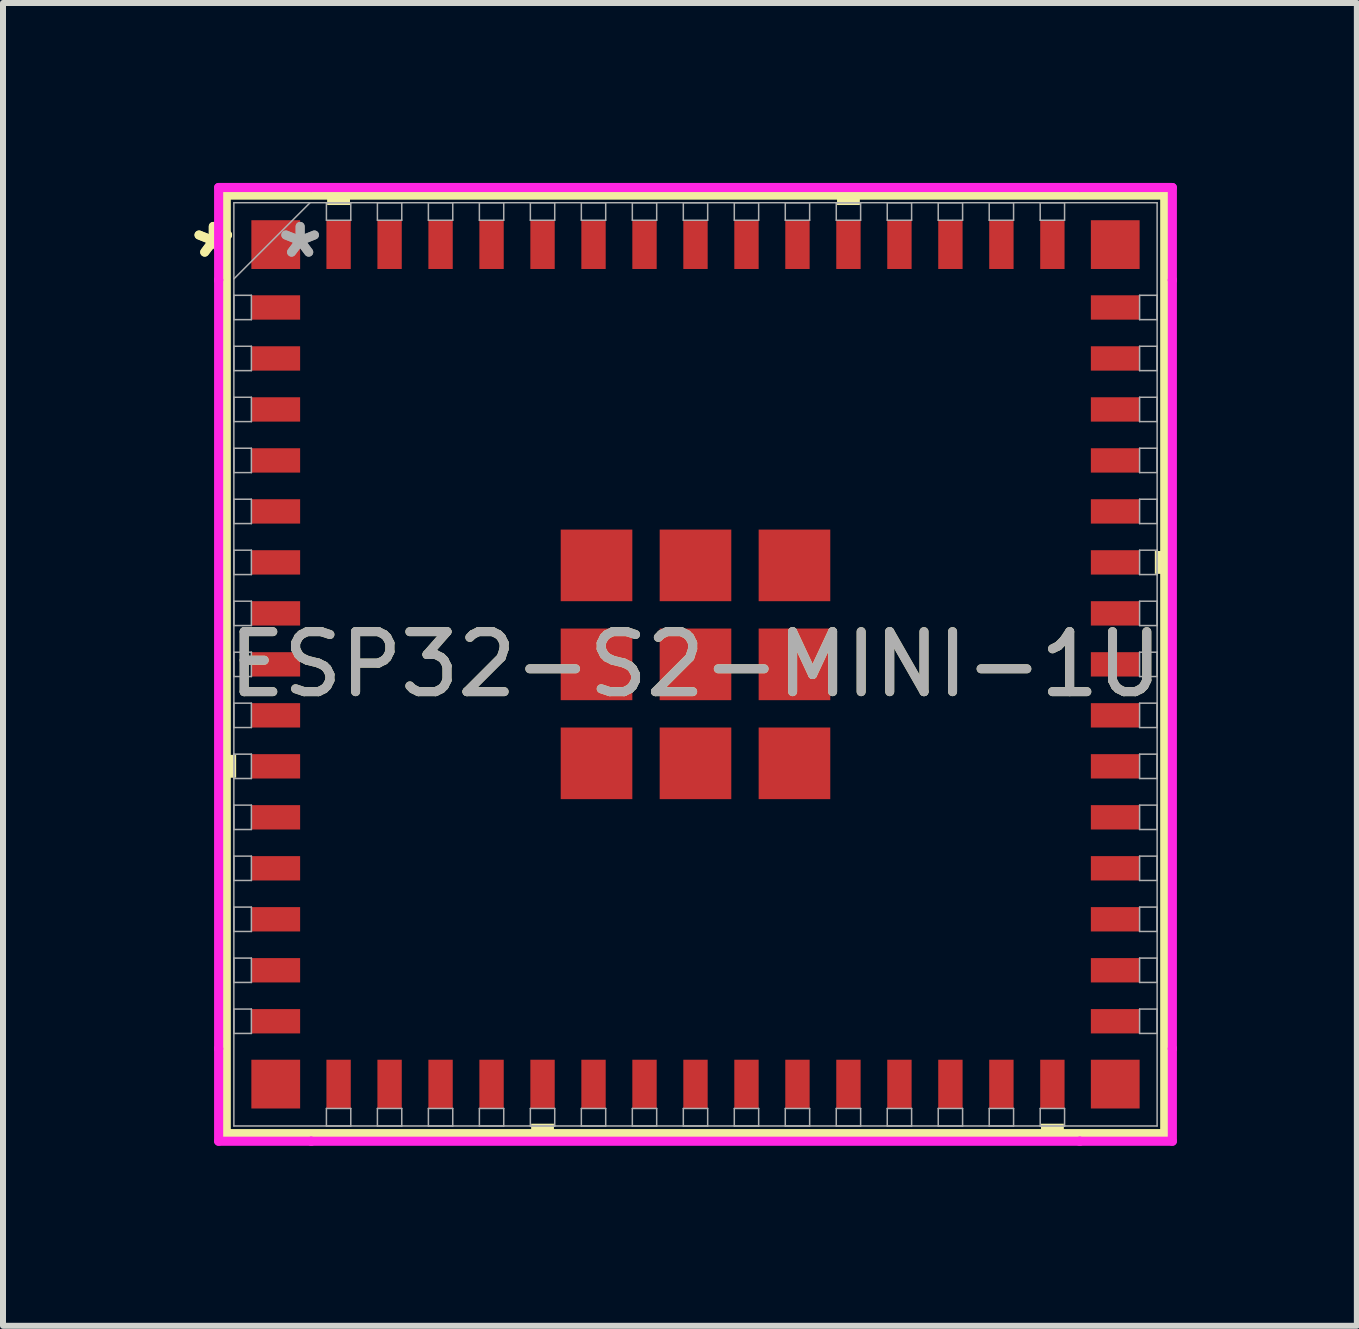
<source format=kicad_pcb>
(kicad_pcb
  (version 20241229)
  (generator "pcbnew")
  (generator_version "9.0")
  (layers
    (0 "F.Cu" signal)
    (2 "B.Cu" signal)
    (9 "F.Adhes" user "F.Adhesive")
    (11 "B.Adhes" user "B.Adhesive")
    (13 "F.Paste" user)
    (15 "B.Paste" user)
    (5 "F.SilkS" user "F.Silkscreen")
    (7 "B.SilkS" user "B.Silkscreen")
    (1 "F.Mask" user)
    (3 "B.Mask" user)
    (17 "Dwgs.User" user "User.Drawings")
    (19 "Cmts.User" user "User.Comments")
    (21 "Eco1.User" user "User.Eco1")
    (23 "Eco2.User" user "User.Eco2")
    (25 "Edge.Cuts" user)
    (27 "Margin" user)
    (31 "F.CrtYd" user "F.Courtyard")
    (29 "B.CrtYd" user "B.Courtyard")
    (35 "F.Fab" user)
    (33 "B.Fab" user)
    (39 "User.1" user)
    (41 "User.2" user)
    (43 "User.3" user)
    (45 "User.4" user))
  (footprint "ESP32-S2-MINI-1U"
    (layer "F.Cu")
    (at 8.545 8.026)
    (property "Reference" "ESP32-S2-MINI-1U" (at 0 0 0) (unlocked yes) (layer "F.SilkS") (effects (font (size 1 1) (thickness 0.15))))
    (attr smd)
    (fp_line (start -7.823 -7.823) (end -7.823 7.823) (stroke (width 0.152) (type solid)) (layer "F.SilkS"))
    (fp_line (start -7.823 7.823) (end 7.823 7.823) (stroke (width 0.152) (type solid)) (layer "F.SilkS"))
    (fp_line (start 7.823 -7.823) (end -7.823 -7.823) (stroke (width 0.152) (type solid)) (layer "F.SilkS"))
    (fp_line (start 7.823 7.823) (end 7.823 -7.823) (stroke (width 0.152) (type solid)) (layer "F.SilkS"))
    (fp_poly (pts (xy -7.912 1.509) (xy -7.912 1.89) (xy -7.658 1.89) (xy -7.658 1.509)) (stroke (width 0) (type solid)) (fill yes) (layer "F.SilkS"))
    (fp_poly (pts (xy -6.141 -7.658) (xy -6.141 -7.912) (xy -5.76 -7.912) (xy -5.76 -7.658)) (stroke (width 0) (type solid)) (fill yes) (layer "F.SilkS"))
    (fp_poly (pts (xy -2.74 7.658) (xy -2.74 7.912) (xy -2.36 7.912) (xy -2.36 7.658)) (stroke (width 0) (type solid)) (fill yes) (layer "F.SilkS"))
    (fp_poly (pts (xy 2.36 -7.658) (xy 2.36 -7.912) (xy 2.74 -7.912) (xy 2.74 -7.658)) (stroke (width 0) (type solid)) (fill yes) (layer "F.SilkS"))
    (fp_poly (pts (xy 5.76 7.658) (xy 5.76 7.912) (xy 6.141 7.912) (xy 6.141 7.658)) (stroke (width 0) (type solid)) (fill yes) (layer "F.SilkS"))
    (fp_poly (pts (xy 7.912 -1.89) (xy 7.912 -1.509) (xy 7.658 -1.509) (xy 7.658 -1.89)) (stroke (width 0) (type solid)) (fill yes) (layer "F.SilkS"))
    (fp_line (start -7.95 -7.95) (end -6.407 -7.95) (stroke (width 0.152) (type solid)) (layer "F.CrtYd"))
    (fp_line (start -7.95 -6.407) (end -7.95 -7.95) (stroke (width 0.152) (type solid)) (layer "F.CrtYd"))
    (fp_line (start -7.95 -6.407) (end -7.95 -6.407) (stroke (width 0.152) (type solid)) (layer "F.CrtYd"))
    (fp_line (start -7.95 6.407) (end -7.95 -6.407) (stroke (width 0.152) (type solid)) (layer "F.CrtYd"))
    (fp_line (start -7.95 6.407) (end -7.95 6.407) (stroke (width 0.152) (type solid)) (layer "F.CrtYd"))
    (fp_line (start -7.95 7.95) (end -7.95 6.407) (stroke (width 0.152) (type solid)) (layer "F.CrtYd"))
    (fp_line (start -6.407 -7.95) (end -6.407 -7.95) (stroke (width 0.152) (type solid)) (layer "F.CrtYd"))
    (fp_line (start -6.407 -7.95) (end 6.407 -7.95) (stroke (width 0.152) (type solid)) (layer "F.CrtYd"))
    (fp_line (start -6.407 7.95) (end -7.95 7.95) (stroke (width 0.152) (type solid)) (layer "F.CrtYd"))
    (fp_line (start -6.407 7.95) (end -6.407 7.95) (stroke (width 0.152) (type solid)) (layer "F.CrtYd"))
    (fp_line (start 6.407 -7.95) (end 6.407 -7.95) (stroke (width 0.152) (type solid)) (layer "F.CrtYd"))
    (fp_line (start 6.407 -7.95) (end 7.95 -7.95) (stroke (width 0.152) (type solid)) (layer "F.CrtYd"))
    (fp_line (start 6.407 7.95) (end -6.407 7.95) (stroke (width 0.152) (type solid)) (layer "F.CrtYd"))
    (fp_line (start 6.407 7.95) (end 6.407 7.95) (stroke (width 0.152) (type solid)) (layer "F.CrtYd"))
    (fp_line (start 7.95 -7.95) (end 7.95 -6.407) (stroke (width 0.152) (type solid)) (layer "F.CrtYd"))
    (fp_line (start 7.95 -6.407) (end 7.95 -6.407) (stroke (width 0.152) (type solid)) (layer "F.CrtYd"))
    (fp_line (start 7.95 -6.407) (end 7.95 6.407) (stroke (width 0.152) (type solid)) (layer "F.CrtYd"))
    (fp_line (start 7.95 6.407) (end 7.95 6.407) (stroke (width 0.152) (type solid)) (layer "F.CrtYd"))
    (fp_line (start 7.95 6.407) (end 7.95 7.95) (stroke (width 0.152) (type solid)) (layer "F.CrtYd"))
    (fp_line (start 7.95 7.95) (end 6.407 7.95) (stroke (width 0.152) (type solid)) (layer "F.CrtYd"))
    (fp_line (start -7.696 -7.696) (end -7.696 7.696) (stroke (width 0.025) (type solid)) (layer "F.Fab"))
    (fp_line (start -7.696 -6.426) (end -6.426 -7.696) (stroke (width 0.025) (type solid)) (layer "F.Fab"))
    (fp_line (start -7.696 -6.153) (end -7.404 -6.153) (stroke (width 0.025) (type solid)) (layer "F.Fab"))
    (fp_line (start -7.696 -5.747) (end -7.696 -6.153) (stroke (width 0.025) (type solid)) (layer "F.Fab"))
    (fp_line (start -7.696 -5.303) (end -7.404 -5.303) (stroke (width 0.025) (type solid)) (layer "F.Fab"))
    (fp_line (start -7.696 -4.897) (end -7.696 -5.303) (stroke (width 0.025) (type solid)) (layer "F.Fab"))
    (fp_line (start -7.696 -4.453) (end -7.404 -4.453) (stroke (width 0.025) (type solid)) (layer "F.Fab"))
    (fp_line (start -7.696 -4.047) (end -7.696 -4.453) (stroke (width 0.025) (type solid)) (layer "F.Fab"))
    (fp_line (start -7.696 -3.603) (end -7.404 -3.603) (stroke (width 0.025) (type solid)) (layer "F.Fab"))
    (fp_line (start -7.696 -3.197) (end -7.696 -3.603) (stroke (width 0.025) (type solid)) (layer "F.Fab"))
    (fp_line (start -7.696 -2.753) (end -7.404 -2.753) (stroke (width 0.025) (type solid)) (layer "F.Fab"))
    (fp_line (start -7.696 -2.347) (end -7.696 -2.753) (stroke (width 0.025) (type solid)) (layer "F.Fab"))
    (fp_line (start -7.696 -1.903) (end -7.404 -1.903) (stroke (width 0.025) (type solid)) (layer "F.Fab"))
    (fp_line (start -7.696 -1.497) (end -7.696 -1.903) (stroke (width 0.025) (type solid)) (layer "F.Fab"))
    (fp_line (start -7.696 -1.053) (end -7.404 -1.053) (stroke (width 0.025) (type solid)) (layer "F.Fab"))
    (fp_line (start -7.696 -0.647) (end -7.696 -1.053) (stroke (width 0.025) (type solid)) (layer "F.Fab"))
    (fp_line (start -7.696 -0.203) (end -7.404 -0.203) (stroke (width 0.025) (type solid)) (layer "F.Fab"))
    (fp_line (start -7.696 0.203) (end -7.696 -0.203) (stroke (width 0.025) (type solid)) (layer "F.Fab"))
    (fp_line (start -7.696 0.647) (end -7.404 0.647) (stroke (width 0.025) (type solid)) (layer "F.Fab"))
    (fp_line (start -7.696 1.053) (end -7.696 0.647) (stroke (width 0.025) (type solid)) (layer "F.Fab"))
    (fp_line (start -7.696 1.497) (end -7.404 1.497) (stroke (width 0.025) (type solid)) (layer "F.Fab"))
    (fp_line (start -7.696 1.903) (end -7.696 1.497) (stroke (width 0.025) (type solid)) (layer "F.Fab"))
    (fp_line (start -7.696 2.347) (end -7.404 2.347) (stroke (width 0.025) (type solid)) (layer "F.Fab"))
    (fp_line (start -7.696 2.753) (end -7.696 2.347) (stroke (width 0.025) (type solid)) (layer "F.Fab"))
    (fp_line (start -7.696 3.197) (end -7.404 3.197) (stroke (width 0.025) (type solid)) (layer "F.Fab"))
    (fp_line (start -7.696 3.603) (end -7.696 3.197) (stroke (width 0.025) (type solid)) (layer "F.Fab"))
    (fp_line (start -7.696 4.047) (end -7.404 4.047) (stroke (width 0.025) (type solid)) (layer "F.Fab"))
    (fp_line (start -7.696 4.453) (end -7.696 4.047) (stroke (width 0.025) (type solid)) (layer "F.Fab"))
    (fp_line (start -7.696 4.897) (end -7.404 4.897) (stroke (width 0.025) (type solid)) (layer "F.Fab"))
    (fp_line (start -7.696 5.303) (end -7.696 4.897) (stroke (width 0.025) (type solid)) (layer "F.Fab"))
    (fp_line (start -7.696 5.747) (end -7.404 5.747) (stroke (width 0.025) (type solid)) (layer "F.Fab"))
    (fp_line (start -7.696 6.153) (end -7.696 5.747) (stroke (width 0.025) (type solid)) (layer "F.Fab"))
    (fp_line (start -7.696 7.696) (end 7.696 7.696) (stroke (width 0.025) (type solid)) (layer "F.Fab"))
    (fp_line (start -7.404 -6.153) (end -7.404 -5.747) (stroke (width 0.025) (type solid)) (layer "F.Fab"))
    (fp_line (start -7.404 -5.747) (end -7.696 -5.747) (stroke (width 0.025) (type solid)) (layer "F.Fab"))
    (fp_line (start -7.404 -5.303) (end -7.404 -4.897) (stroke (width 0.025) (type solid)) (layer "F.Fab"))
    (fp_line (start -7.404 -4.897) (end -7.696 -4.897) (stroke (width 0.025) (type solid)) (layer "F.Fab"))
    (fp_line (start -7.404 -4.453) (end -7.404 -4.047) (stroke (width 0.025) (type solid)) (layer "F.Fab"))
    (fp_line (start -7.404 -4.047) (end -7.696 -4.047) (stroke (width 0.025) (type solid)) (layer "F.Fab"))
    (fp_line (start -7.404 -3.603) (end -7.404 -3.197) (stroke (width 0.025) (type solid)) (layer "F.Fab"))
    (fp_line (start -7.404 -3.197) (end -7.696 -3.197) (stroke (width 0.025) (type solid)) (layer "F.Fab"))
    (fp_line (start -7.404 -2.753) (end -7.404 -2.347) (stroke (width 0.025) (type solid)) (layer "F.Fab"))
    (fp_line (start -7.404 -2.347) (end -7.696 -2.347) (stroke (width 0.025) (type solid)) (layer "F.Fab"))
    (fp_line (start -7.404 -1.903) (end -7.404 -1.497) (stroke (width 0.025) (type solid)) (layer "F.Fab"))
    (fp_line (start -7.404 -1.497) (end -7.696 -1.497) (stroke (width 0.025) (type solid)) (layer "F.Fab"))
    (fp_line (start -7.404 -1.053) (end -7.404 -0.647) (stroke (width 0.025) (type solid)) (layer "F.Fab"))
    (fp_line (start -7.404 -0.647) (end -7.696 -0.647) (stroke (width 0.025) (type solid)) (layer "F.Fab"))
    (fp_line (start -7.404 -0.203) (end -7.404 0.203) (stroke (width 0.025) (type solid)) (layer "F.Fab"))
    (fp_line (start -7.404 0.203) (end -7.696 0.203) (stroke (width 0.025) (type solid)) (layer "F.Fab"))
    (fp_line (start -7.404 0.647) (end -7.404 1.053) (stroke (width 0.025) (type solid)) (layer "F.Fab"))
    (fp_line (start -7.404 1.053) (end -7.696 1.053) (stroke (width 0.025) (type solid)) (layer "F.Fab"))
    (fp_line (start -7.404 1.497) (end -7.404 1.903) (stroke (width 0.025) (type solid)) (layer "F.Fab"))
    (fp_line (start -7.404 1.903) (end -7.696 1.903) (stroke (width 0.025) (type solid)) (layer "F.Fab"))
    (fp_line (start -7.404 2.347) (end -7.404 2.753) (stroke (width 0.025) (type solid)) (layer "F.Fab"))
    (fp_line (start -7.404 2.753) (end -7.696 2.753) (stroke (width 0.025) (type solid)) (layer "F.Fab"))
    (fp_line (start -7.404 3.197) (end -7.404 3.603) (stroke (width 0.025) (type solid)) (layer "F.Fab"))
    (fp_line (start -7.404 3.603) (end -7.696 3.603) (stroke (width 0.025) (type solid)) (layer "F.Fab"))
    (fp_line (start -7.404 4.047) (end -7.404 4.453) (stroke (width 0.025) (type solid)) (layer "F.Fab"))
    (fp_line (start -7.404 4.453) (end -7.696 4.453) (stroke (width 0.025) (type solid)) (layer "F.Fab"))
    (fp_line (start -7.404 4.897) (end -7.404 5.303) (stroke (width 0.025) (type solid)) (layer "F.Fab"))
    (fp_line (start -7.404 5.303) (end -7.696 5.303) (stroke (width 0.025) (type solid)) (layer "F.Fab"))
    (fp_line (start -7.404 5.747) (end -7.404 6.153) (stroke (width 0.025) (type solid)) (layer "F.Fab"))
    (fp_line (start -7.404 6.153) (end -7.696 6.153) (stroke (width 0.025) (type solid)) (layer "F.Fab"))
    (fp_line (start -6.153 -7.696) (end -5.747 -7.696) (stroke (width 0.025) (type solid)) (layer "F.Fab"))
    (fp_line (start -6.153 -7.404) (end -6.153 -7.696) (stroke (width 0.025) (type solid)) (layer "F.Fab"))
    (fp_line (start -6.153 7.404) (end -5.747 7.404) (stroke (width 0.025) (type solid)) (layer "F.Fab"))
    (fp_line (start -6.153 7.696) (end -6.153 7.404) (stroke (width 0.025) (type solid)) (layer "F.Fab"))
    (fp_line (start -5.747 -7.696) (end -5.747 -7.404) (stroke (width 0.025) (type solid)) (layer "F.Fab"))
    (fp_line (start -5.747 -7.404) (end -6.153 -7.404) (stroke (width 0.025) (type solid)) (layer "F.Fab"))
    (fp_line (start -5.747 7.404) (end -5.747 7.696) (stroke (width 0.025) (type solid)) (layer "F.Fab"))
    (fp_line (start -5.747 7.696) (end -6.153 7.696) (stroke (width 0.025) (type solid)) (layer "F.Fab"))
    (fp_line (start -5.303 -7.696) (end -4.897 -7.696) (stroke (width 0.025) (type solid)) (layer "F.Fab"))
    (fp_line (start -5.303 -7.404) (end -5.303 -7.696) (stroke (width 0.025) (type solid)) (layer "F.Fab"))
    (fp_line (start -5.303 7.404) (end -4.897 7.404) (stroke (width 0.025) (type solid)) (layer "F.Fab"))
    (fp_line (start -5.303 7.696) (end -5.303 7.404) (stroke (width 0.025) (type solid)) (layer "F.Fab"))
    (fp_line (start -4.897 -7.696) (end -4.897 -7.404) (stroke (width 0.025) (type solid)) (layer "F.Fab"))
    (fp_line (start -4.897 -7.404) (end -5.303 -7.404) (stroke (width 0.025) (type solid)) (layer "F.Fab"))
    (fp_line (start -4.897 7.404) (end -4.897 7.696) (stroke (width 0.025) (type solid)) (layer "F.Fab"))
    (fp_line (start -4.897 7.696) (end -5.303 7.696) (stroke (width 0.025) (type solid)) (layer "F.Fab"))
    (fp_line (start -4.453 -7.696) (end -4.047 -7.696) (stroke (width 0.025) (type solid)) (layer "F.Fab"))
    (fp_line (start -4.453 -7.404) (end -4.453 -7.696) (stroke (width 0.025) (type solid)) (layer "F.Fab"))
    (fp_line (start -4.453 7.404) (end -4.047 7.404) (stroke (width 0.025) (type solid)) (layer "F.Fab"))
    (fp_line (start -4.453 7.696) (end -4.453 7.404) (stroke (width 0.025) (type solid)) (layer "F.Fab"))
    (fp_line (start -4.047 -7.696) (end -4.047 -7.404) (stroke (width 0.025) (type solid)) (layer "F.Fab"))
    (fp_line (start -4.047 -7.404) (end -4.453 -7.404) (stroke (width 0.025) (type solid)) (layer "F.Fab"))
    (fp_line (start -4.047 7.404) (end -4.047 7.696) (stroke (width 0.025) (type solid)) (layer "F.Fab"))
    (fp_line (start -4.047 7.696) (end -4.453 7.696) (stroke (width 0.025) (type solid)) (layer "F.Fab"))
    (fp_line (start -3.603 -7.696) (end -3.197 -7.696) (stroke (width 0.025) (type solid)) (layer "F.Fab"))
    (fp_line (start -3.603 -7.404) (end -3.603 -7.696) (stroke (width 0.025) (type solid)) (layer "F.Fab"))
    (fp_line (start -3.603 7.404) (end -3.197 7.404) (stroke (width 0.025) (type solid)) (layer "F.Fab"))
    (fp_line (start -3.603 7.696) (end -3.603 7.404) (stroke (width 0.025) (type solid)) (layer "F.Fab"))
    (fp_line (start -3.197 -7.696) (end -3.197 -7.404) (stroke (width 0.025) (type solid)) (layer "F.Fab"))
    (fp_line (start -3.197 -7.404) (end -3.603 -7.404) (stroke (width 0.025) (type solid)) (layer "F.Fab"))
    (fp_line (start -3.197 7.404) (end -3.197 7.696) (stroke (width 0.025) (type solid)) (layer "F.Fab"))
    (fp_line (start -3.197 7.696) (end -3.603 7.696) (stroke (width 0.025) (type solid)) (layer "F.Fab"))
    (fp_line (start -2.753 -7.696) (end -2.347 -7.696) (stroke (width 0.025) (type solid)) (layer "F.Fab"))
    (fp_line (start -2.753 -7.404) (end -2.753 -7.696) (stroke (width 0.025) (type solid)) (layer "F.Fab"))
    (fp_line (start -2.753 7.404) (end -2.347 7.404) (stroke (width 0.025) (type solid)) (layer "F.Fab"))
    (fp_line (start -2.753 7.696) (end -2.753 7.404) (stroke (width 0.025) (type solid)) (layer "F.Fab"))
    (fp_line (start -2.347 -7.696) (end -2.347 -7.404) (stroke (width 0.025) (type solid)) (layer "F.Fab"))
    (fp_line (start -2.347 -7.404) (end -2.753 -7.404) (stroke (width 0.025) (type solid)) (layer "F.Fab"))
    (fp_line (start -2.347 7.404) (end -2.347 7.696) (stroke (width 0.025) (type solid)) (layer "F.Fab"))
    (fp_line (start -2.347 7.696) (end -2.753 7.696) (stroke (width 0.025) (type solid)) (layer "F.Fab"))
    (fp_line (start -1.903 -7.696) (end -1.497 -7.696) (stroke (width 0.025) (type solid)) (layer "F.Fab"))
    (fp_line (start -1.903 -7.404) (end -1.903 -7.696) (stroke (width 0.025) (type solid)) (layer "F.Fab"))
    (fp_line (start -1.903 7.404) (end -1.497 7.404) (stroke (width 0.025) (type solid)) (layer "F.Fab"))
    (fp_line (start -1.903 7.696) (end -1.903 7.404) (stroke (width 0.025) (type solid)) (layer "F.Fab"))
    (fp_line (start -1.497 -7.696) (end -1.497 -7.404) (stroke (width 0.025) (type solid)) (layer "F.Fab"))
    (fp_line (start -1.497 -7.404) (end -1.903 -7.404) (stroke (width 0.025) (type solid)) (layer "F.Fab"))
    (fp_line (start -1.497 7.404) (end -1.497 7.696) (stroke (width 0.025) (type solid)) (layer "F.Fab"))
    (fp_line (start -1.497 7.696) (end -1.903 7.696) (stroke (width 0.025) (type solid)) (layer "F.Fab"))
    (fp_line (start -1.053 -7.696) (end -0.647 -7.696) (stroke (width 0.025) (type solid)) (layer "F.Fab"))
    (fp_line (start -1.053 -7.404) (end -1.053 -7.696) (stroke (width 0.025) (type solid)) (layer "F.Fab"))
    (fp_line (start -1.053 7.404) (end -0.647 7.404) (stroke (width 0.025) (type solid)) (layer "F.Fab"))
    (fp_line (start -1.053 7.696) (end -1.053 7.404) (stroke (width 0.025) (type solid)) (layer "F.Fab"))
    (fp_line (start -0.647 -7.696) (end -0.647 -7.404) (stroke (width 0.025) (type solid)) (layer "F.Fab"))
    (fp_line (start -0.647 -7.404) (end -1.053 -7.404) (stroke (width 0.025) (type solid)) (layer "F.Fab"))
    (fp_line (start -0.647 7.404) (end -0.647 7.696) (stroke (width 0.025) (type solid)) (layer "F.Fab"))
    (fp_line (start -0.647 7.696) (end -1.053 7.696) (stroke (width 0.025) (type solid)) (layer "F.Fab"))
    (fp_line (start -0.203 -7.696) (end 0.203 -7.696) (stroke (width 0.025) (type solid)) (layer "F.Fab"))
    (fp_line (start -0.203 -7.404) (end -0.203 -7.696) (stroke (width 0.025) (type solid)) (layer "F.Fab"))
    (fp_line (start -0.203 7.404) (end 0.203 7.404) (stroke (width 0.025) (type solid)) (layer "F.Fab"))
    (fp_line (start -0.203 7.696) (end -0.203 7.404) (stroke (width 0.025) (type solid)) (layer "F.Fab"))
    (fp_line (start 0.203 -7.696) (end 0.203 -7.404) (stroke (width 0.025) (type solid)) (layer "F.Fab"))
    (fp_line (start 0.203 -7.404) (end -0.203 -7.404) (stroke (width 0.025) (type solid)) (layer "F.Fab"))
    (fp_line (start 0.203 7.404) (end 0.203 7.696) (stroke (width 0.025) (type solid)) (layer "F.Fab"))
    (fp_line (start 0.203 7.696) (end -0.203 7.696) (stroke (width 0.025) (type solid)) (layer "F.Fab"))
    (fp_line (start 0.647 -7.696) (end 1.053 -7.696) (stroke (width 0.025) (type solid)) (layer "F.Fab"))
    (fp_line (start 0.647 -7.404) (end 0.647 -7.696) (stroke (width 0.025) (type solid)) (layer "F.Fab"))
    (fp_line (start 0.647 7.404) (end 1.053 7.404) (stroke (width 0.025) (type solid)) (layer "F.Fab"))
    (fp_line (start 0.647 7.696) (end 0.647 7.404) (stroke (width 0.025) (type solid)) (layer "F.Fab"))
    (fp_line (start 1.053 -7.696) (end 1.053 -7.404) (stroke (width 0.025) (type solid)) (layer "F.Fab"))
    (fp_line (start 1.053 -7.404) (end 0.647 -7.404) (stroke (width 0.025) (type solid)) (layer "F.Fab"))
    (fp_line (start 1.053 7.404) (end 1.053 7.696) (stroke (width 0.025) (type solid)) (layer "F.Fab"))
    (fp_line (start 1.053 7.696) (end 0.647 7.696) (stroke (width 0.025) (type solid)) (layer "F.Fab"))
    (fp_line (start 1.497 -7.696) (end 1.903 -7.696) (stroke (width 0.025) (type solid)) (layer "F.Fab"))
    (fp_line (start 1.497 -7.404) (end 1.497 -7.696) (stroke (width 0.025) (type solid)) (layer "F.Fab"))
    (fp_line (start 1.497 7.404) (end 1.903 7.404) (stroke (width 0.025) (type solid)) (layer "F.Fab"))
    (fp_line (start 1.497 7.696) (end 1.497 7.404) (stroke (width 0.025) (type solid)) (layer "F.Fab"))
    (fp_line (start 1.903 -7.696) (end 1.903 -7.404) (stroke (width 0.025) (type solid)) (layer "F.Fab"))
    (fp_line (start 1.903 -7.404) (end 1.497 -7.404) (stroke (width 0.025) (type solid)) (layer "F.Fab"))
    (fp_line (start 1.903 7.404) (end 1.903 7.696) (stroke (width 0.025) (type solid)) (layer "F.Fab"))
    (fp_line (start 1.903 7.696) (end 1.497 7.696) (stroke (width 0.025) (type solid)) (layer "F.Fab"))
    (fp_line (start 2.347 -7.696) (end 2.753 -7.696) (stroke (width 0.025) (type solid)) (layer "F.Fab"))
    (fp_line (start 2.347 -7.404) (end 2.347 -7.696) (stroke (width 0.025) (type solid)) (layer "F.Fab"))
    (fp_line (start 2.347 7.404) (end 2.753 7.404) (stroke (width 0.025) (type solid)) (layer "F.Fab"))
    (fp_line (start 2.347 7.696) (end 2.347 7.404) (stroke (width 0.025) (type solid)) (layer "F.Fab"))
    (fp_line (start 2.753 -7.696) (end 2.753 -7.404) (stroke (width 0.025) (type solid)) (layer "F.Fab"))
    (fp_line (start 2.753 -7.404) (end 2.347 -7.404) (stroke (width 0.025) (type solid)) (layer "F.Fab"))
    (fp_line (start 2.753 7.404) (end 2.753 7.696) (stroke (width 0.025) (type solid)) (layer "F.Fab"))
    (fp_line (start 2.753 7.696) (end 2.347 7.696) (stroke (width 0.025) (type solid)) (layer "F.Fab"))
    (fp_line (start 3.197 -7.696) (end 3.603 -7.696) (stroke (width 0.025) (type solid)) (layer "F.Fab"))
    (fp_line (start 3.197 -7.404) (end 3.197 -7.696) (stroke (width 0.025) (type solid)) (layer "F.Fab"))
    (fp_line (start 3.197 7.404) (end 3.603 7.404) (stroke (width 0.025) (type solid)) (layer "F.Fab"))
    (fp_line (start 3.197 7.696) (end 3.197 7.404) (stroke (width 0.025) (type solid)) (layer "F.Fab"))
    (fp_line (start 3.603 -7.696) (end 3.603 -7.404) (stroke (width 0.025) (type solid)) (layer "F.Fab"))
    (fp_line (start 3.603 -7.404) (end 3.197 -7.404) (stroke (width 0.025) (type solid)) (layer "F.Fab"))
    (fp_line (start 3.603 7.404) (end 3.603 7.696) (stroke (width 0.025) (type solid)) (layer "F.Fab"))
    (fp_line (start 3.603 7.696) (end 3.197 7.696) (stroke (width 0.025) (type solid)) (layer "F.Fab"))
    (fp_line (start 4.047 -7.696) (end 4.453 -7.696) (stroke (width 0.025) (type solid)) (layer "F.Fab"))
    (fp_line (start 4.047 -7.404) (end 4.047 -7.696) (stroke (width 0.025) (type solid)) (layer "F.Fab"))
    (fp_line (start 4.047 7.404) (end 4.453 7.404) (stroke (width 0.025) (type solid)) (layer "F.Fab"))
    (fp_line (start 4.047 7.696) (end 4.047 7.404) (stroke (width 0.025) (type solid)) (layer "F.Fab"))
    (fp_line (start 4.453 -7.696) (end 4.453 -7.404) (stroke (width 0.025) (type solid)) (layer "F.Fab"))
    (fp_line (start 4.453 -7.404) (end 4.047 -7.404) (stroke (width 0.025) (type solid)) (layer "F.Fab"))
    (fp_line (start 4.453 7.404) (end 4.453 7.696) (stroke (width 0.025) (type solid)) (layer "F.Fab"))
    (fp_line (start 4.453 7.696) (end 4.047 7.696) (stroke (width 0.025) (type solid)) (layer "F.Fab"))
    (fp_line (start 4.897 -7.696) (end 5.303 -7.696) (stroke (width 0.025) (type solid)) (layer "F.Fab"))
    (fp_line (start 4.897 -7.404) (end 4.897 -7.696) (stroke (width 0.025) (type solid)) (layer "F.Fab"))
    (fp_line (start 4.897 7.404) (end 5.303 7.404) (stroke (width 0.025) (type solid)) (layer "F.Fab"))
    (fp_line (start 4.897 7.696) (end 4.897 7.404) (stroke (width 0.025) (type solid)) (layer "F.Fab"))
    (fp_line (start 5.303 -7.696) (end 5.303 -7.404) (stroke (width 0.025) (type solid)) (layer "F.Fab"))
    (fp_line (start 5.303 -7.404) (end 4.897 -7.404) (stroke (width 0.025) (type solid)) (layer "F.Fab"))
    (fp_line (start 5.303 7.404) (end 5.303 7.696) (stroke (width 0.025) (type solid)) (layer "F.Fab"))
    (fp_line (start 5.303 7.696) (end 4.897 7.696) (stroke (width 0.025) (type solid)) (layer "F.Fab"))
    (fp_line (start 5.747 -7.696) (end 6.153 -7.696) (stroke (width 0.025) (type solid)) (layer "F.Fab"))
    (fp_line (start 5.747 -7.404) (end 5.747 -7.696) (stroke (width 0.025) (type solid)) (layer "F.Fab"))
    (fp_line (start 5.747 7.404) (end 6.153 7.404) (stroke (width 0.025) (type solid)) (layer "F.Fab"))
    (fp_line (start 5.747 7.696) (end 5.747 7.404) (stroke (width 0.025) (type solid)) (layer "F.Fab"))
    (fp_line (start 6.153 -7.696) (end 6.153 -7.404) (stroke (width 0.025) (type solid)) (layer "F.Fab"))
    (fp_line (start 6.153 -7.404) (end 5.747 -7.404) (stroke (width 0.025) (type solid)) (layer "F.Fab"))
    (fp_line (start 6.153 7.404) (end 6.153 7.696) (stroke (width 0.025) (type solid)) (layer "F.Fab"))
    (fp_line (start 6.153 7.696) (end 5.747 7.696) (stroke (width 0.025) (type solid)) (layer "F.Fab"))
    (fp_line (start 7.404 -6.153) (end 7.696 -6.153) (stroke (width 0.025) (type solid)) (layer "F.Fab"))
    (fp_line (start 7.404 -5.747) (end 7.404 -6.153) (stroke (width 0.025) (type solid)) (layer "F.Fab"))
    (fp_line (start 7.404 -5.303) (end 7.696 -5.303) (stroke (width 0.025) (type solid)) (layer "F.Fab"))
    (fp_line (start 7.404 -4.897) (end 7.404 -5.303) (stroke (width 0.025) (type solid)) (layer "F.Fab"))
    (fp_line (start 7.404 -4.453) (end 7.696 -4.453) (stroke (width 0.025) (type solid)) (layer "F.Fab"))
    (fp_line (start 7.404 -4.047) (end 7.404 -4.453) (stroke (width 0.025) (type solid)) (layer "F.Fab"))
    (fp_line (start 7.404 -3.603) (end 7.696 -3.603) (stroke (width 0.025) (type solid)) (layer "F.Fab"))
    (fp_line (start 7.404 -3.197) (end 7.404 -3.603) (stroke (width 0.025) (type solid)) (layer "F.Fab"))
    (fp_line (start 7.404 -2.753) (end 7.696 -2.753) (stroke (width 0.025) (type solid)) (layer "F.Fab"))
    (fp_line (start 7.404 -2.347) (end 7.404 -2.753) (stroke (width 0.025) (type solid)) (layer "F.Fab"))
    (fp_line (start 7.404 -1.903) (end 7.696 -1.903) (stroke (width 0.025) (type solid)) (layer "F.Fab"))
    (fp_line (start 7.404 -1.497) (end 7.404 -1.903) (stroke (width 0.025) (type solid)) (layer "F.Fab"))
    (fp_line (start 7.404 -1.053) (end 7.696 -1.053) (stroke (width 0.025) (type solid)) (layer "F.Fab"))
    (fp_line (start 7.404 -0.647) (end 7.404 -1.053) (stroke (width 0.025) (type solid)) (layer "F.Fab"))
    (fp_line (start 7.404 -0.203) (end 7.696 -0.203) (stroke (width 0.025) (type solid)) (layer "F.Fab"))
    (fp_line (start 7.404 0.203) (end 7.404 -0.203) (stroke (width 0.025) (type solid)) (layer "F.Fab"))
    (fp_line (start 7.404 0.647) (end 7.696 0.647) (stroke (width 0.025) (type solid)) (layer "F.Fab"))
    (fp_line (start 7.404 1.053) (end 7.404 0.647) (stroke (width 0.025) (type solid)) (layer "F.Fab"))
    (fp_line (start 7.404 1.497) (end 7.696 1.497) (stroke (width 0.025) (type solid)) (layer "F.Fab"))
    (fp_line (start 7.404 1.903) (end 7.404 1.497) (stroke (width 0.025) (type solid)) (layer "F.Fab"))
    (fp_line (start 7.404 2.347) (end 7.696 2.347) (stroke (width 0.025) (type solid)) (layer "F.Fab"))
    (fp_line (start 7.404 2.753) (end 7.404 2.347) (stroke (width 0.025) (type solid)) (layer "F.Fab"))
    (fp_line (start 7.404 3.197) (end 7.696 3.197) (stroke (width 0.025) (type solid)) (layer "F.Fab"))
    (fp_line (start 7.404 3.603) (end 7.404 3.197) (stroke (width 0.025) (type solid)) (layer "F.Fab"))
    (fp_line (start 7.404 4.047) (end 7.696 4.047) (stroke (width 0.025) (type solid)) (layer "F.Fab"))
    (fp_line (start 7.404 4.453) (end 7.404 4.047) (stroke (width 0.025) (type solid)) (layer "F.Fab"))
    (fp_line (start 7.404 4.897) (end 7.696 4.897) (stroke (width 0.025) (type solid)) (layer "F.Fab"))
    (fp_line (start 7.404 5.303) (end 7.404 4.897) (stroke (width 0.025) (type solid)) (layer "F.Fab"))
    (fp_line (start 7.404 5.747) (end 7.696 5.747) (stroke (width 0.025) (type solid)) (layer "F.Fab"))
    (fp_line (start 7.404 6.153) (end 7.404 5.747) (stroke (width 0.025) (type solid)) (layer "F.Fab"))
    (fp_line (start 7.696 -7.696) (end -7.696 -7.696) (stroke (width 0.025) (type solid)) (layer "F.Fab"))
    (fp_line (start 7.696 -6.153) (end 7.696 -5.747) (stroke (width 0.025) (type solid)) (layer "F.Fab"))
    (fp_line (start 7.696 -5.747) (end 7.404 -5.747) (stroke (width 0.025) (type solid)) (layer "F.Fab"))
    (fp_line (start 7.696 -5.303) (end 7.696 -4.897) (stroke (width 0.025) (type solid)) (layer "F.Fab"))
    (fp_line (start 7.696 -4.897) (end 7.404 -4.897) (stroke (width 0.025) (type solid)) (layer "F.Fab"))
    (fp_line (start 7.696 -4.453) (end 7.696 -4.047) (stroke (width 0.025) (type solid)) (layer "F.Fab"))
    (fp_line (start 7.696 -4.047) (end 7.404 -4.047) (stroke (width 0.025) (type solid)) (layer "F.Fab"))
    (fp_line (start 7.696 -3.603) (end 7.696 -3.197) (stroke (width 0.025) (type solid)) (layer "F.Fab"))
    (fp_line (start 7.696 -3.197) (end 7.404 -3.197) (stroke (width 0.025) (type solid)) (layer "F.Fab"))
    (fp_line (start 7.696 -2.753) (end 7.696 -2.347) (stroke (width 0.025) (type solid)) (layer "F.Fab"))
    (fp_line (start 7.696 -2.347) (end 7.404 -2.347) (stroke (width 0.025) (type solid)) (layer "F.Fab"))
    (fp_line (start 7.696 -1.903) (end 7.696 -1.497) (stroke (width 0.025) (type solid)) (layer "F.Fab"))
    (fp_line (start 7.696 -1.497) (end 7.404 -1.497) (stroke (width 0.025) (type solid)) (layer "F.Fab"))
    (fp_line (start 7.696 -1.053) (end 7.696 -0.647) (stroke (width 0.025) (type solid)) (layer "F.Fab"))
    (fp_line (start 7.696 -0.647) (end 7.404 -0.647) (stroke (width 0.025) (type solid)) (layer "F.Fab"))
    (fp_line (start 7.696 -0.203) (end 7.696 0.203) (stroke (width 0.025) (type solid)) (layer "F.Fab"))
    (fp_line (start 7.696 0.203) (end 7.404 0.203) (stroke (width 0.025) (type solid)) (layer "F.Fab"))
    (fp_line (start 7.696 0.647) (end 7.696 1.053) (stroke (width 0.025) (type solid)) (layer "F.Fab"))
    (fp_line (start 7.696 1.053) (end 7.404 1.053) (stroke (width 0.025) (type solid)) (layer "F.Fab"))
    (fp_line (start 7.696 1.497) (end 7.696 1.903) (stroke (width 0.025) (type solid)) (layer "F.Fab"))
    (fp_line (start 7.696 1.903) (end 7.404 1.903) (stroke (width 0.025) (type solid)) (layer "F.Fab"))
    (fp_line (start 7.696 2.347) (end 7.696 2.753) (stroke (width 0.025) (type solid)) (layer "F.Fab"))
    (fp_line (start 7.696 2.753) (end 7.404 2.753) (stroke (width 0.025) (type solid)) (layer "F.Fab"))
    (fp_line (start 7.696 3.197) (end 7.696 3.603) (stroke (width 0.025) (type solid)) (layer "F.Fab"))
    (fp_line (start 7.696 3.603) (end 7.404 3.603) (stroke (width 0.025) (type solid)) (layer "F.Fab"))
    (fp_line (start 7.696 4.047) (end 7.696 4.453) (stroke (width 0.025) (type solid)) (layer "F.Fab"))
    (fp_line (start 7.696 4.453) (end 7.404 4.453) (stroke (width 0.025) (type solid)) (layer "F.Fab"))
    (fp_line (start 7.696 4.897) (end 7.696 5.303) (stroke (width 0.025) (type solid)) (layer "F.Fab"))
    (fp_line (start 7.696 5.303) (end 7.404 5.303) (stroke (width 0.025) (type solid)) (layer "F.Fab"))
    (fp_line (start 7.696 5.747) (end 7.696 6.153) (stroke (width 0.025) (type solid)) (layer "F.Fab"))
    (fp_line (start 7.696 6.153) (end 7.404 6.153) (stroke (width 0.025) (type solid)) (layer "F.Fab"))
    (fp_line (start 7.696 7.696) (end 7.696 -7.696) (stroke (width 0.025) (type solid)) (layer "F.Fab"))
    (fp_text user "*" (at -8.039 -6.756 0) (layer "F.SilkS") (effects (font (size 1 1) (thickness 0.15))))
    (fp_text user "*" (at -8.039 -6.756 0) (unlocked yes) (layer "F.SilkS") (effects (font (size 1 1) (thickness 0.15))))
    (fp_text user "*" (at -6.591 -6.756 0) (unlocked yes) (layer "F.Fab") (effects (font (size 1 1) (thickness 0.15))))
    (fp_text user "${REFERENCE}" (at 0 0 0) (unlocked yes) (layer "F.Fab") (effects (font (size 1 1) (thickness 0.15))))
    (fp_text user "*" (at -6.591 -6.756 0) (layer "F.Fab") (effects (font (size 1 1) (thickness 0.15))))
    (pad "1" smd rect (at -6.998 -5.95 90) (size 0.406 0.813) (layers "F.Cu" "F.Mask" "F.Paste"))
    (pad "2" smd rect (at -6.998 -5.1 90) (size 0.406 0.813) (layers "F.Cu" "F.Mask" "F.Paste"))
    (pad "3" smd rect (at -6.998 -4.25 90) (size 0.406 0.813) (layers "F.Cu" "F.Mask" "F.Paste"))
    (pad "4" smd rect (at -6.998 -3.4 90) (size 0.406 0.813) (layers "F.Cu" "F.Mask" "F.Paste"))
    (pad "5" smd rect (at -6.998 -2.55 90) (size 0.406 0.813) (layers "F.Cu" "F.Mask" "F.Paste"))
    (pad "6" smd rect (at -6.998 -1.7 90) (size 0.406 0.813) (layers "F.Cu" "F.Mask" "F.Paste"))
    (pad "7" smd rect (at -6.998 -0.85 90) (size 0.406 0.813) (layers "F.Cu" "F.Mask" "F.Paste"))
    (pad "8" smd rect (at -6.998 0 90) (size 0.406 0.813) (layers "F.Cu" "F.Mask" "F.Paste"))
    (pad "9" smd rect (at -6.998 0.85 90) (size 0.406 0.813) (layers "F.Cu" "F.Mask" "F.Paste"))
    (pad "10" smd rect (at -6.998 1.7 90) (size 0.406 0.813) (layers "F.Cu" "F.Mask" "F.Paste"))
    (pad "11" smd rect (at -6.998 2.55 90) (size 0.406 0.813) (layers "F.Cu" "F.Mask" "F.Paste"))
    (pad "12" smd rect (at -6.998 3.4 90) (size 0.406 0.813) (layers "F.Cu" "F.Mask" "F.Paste"))
    (pad "13" smd rect (at -6.998 4.25 90) (size 0.406 0.813) (layers "F.Cu" "F.Mask" "F.Paste"))
    (pad "14" smd rect (at -6.998 5.1 90) (size 0.406 0.813) (layers "F.Cu" "F.Mask" "F.Paste"))
    (pad "15" smd rect (at -6.998 5.95 90) (size 0.406 0.813) (layers "F.Cu" "F.Mask" "F.Paste"))
    (pad "16" smd rect (at -5.95 6.998) (size 0.406 0.813) (layers "F.Cu" "F.Mask" "F.Paste"))
    (pad "17" smd rect (at -5.1 6.998) (size 0.406 0.813) (layers "F.Cu" "F.Mask" "F.Paste"))
    (pad "18" smd rect (at -4.25 6.998) (size 0.406 0.813) (layers "F.Cu" "F.Mask" "F.Paste"))
    (pad "19" smd rect (at -3.4 6.998) (size 0.406 0.813) (layers "F.Cu" "F.Mask" "F.Paste"))
    (pad "20" smd rect (at -2.55 6.998) (size 0.406 0.813) (layers "F.Cu" "F.Mask" "F.Paste"))
    (pad "21" smd rect (at -1.7 6.998) (size 0.406 0.813) (layers "F.Cu" "F.Mask" "F.Paste"))
    (pad "22" smd rect (at -0.85 6.998) (size 0.406 0.813) (layers "F.Cu" "F.Mask" "F.Paste"))
    (pad "23" smd rect (at 0 6.998) (size 0.406 0.813) (layers "F.Cu" "F.Mask" "F.Paste"))
    (pad "24" smd rect (at 0.85 6.998) (size 0.406 0.813) (layers "F.Cu" "F.Mask" "F.Paste"))
    (pad "25" smd rect (at 1.7 6.998) (size 0.406 0.813) (layers "F.Cu" "F.Mask" "F.Paste"))
    (pad "26" smd rect (at 2.55 6.998) (size 0.406 0.813) (layers "F.Cu" "F.Mask" "F.Paste"))
    (pad "27" smd rect (at 3.4 6.998) (size 0.406 0.813) (layers "F.Cu" "F.Mask" "F.Paste"))
    (pad "28" smd rect (at 4.25 6.998) (size 0.406 0.813) (layers "F.Cu" "F.Mask" "F.Paste"))
    (pad "29" smd rect (at 5.1 6.998) (size 0.406 0.813) (layers "F.Cu" "F.Mask" "F.Paste"))
    (pad "30" smd rect (at 5.95 6.998) (size 0.406 0.813) (layers "F.Cu" "F.Mask" "F.Paste"))
    (pad "31" smd rect (at 6.998 5.95 90) (size 0.406 0.813) (layers "F.Cu" "F.Mask" "F.Paste"))
    (pad "32" smd rect (at 6.998 5.1 90) (size 0.406 0.813) (layers "F.Cu" "F.Mask" "F.Paste"))
    (pad "33" smd rect (at 6.998 4.25 90) (size 0.406 0.813) (layers "F.Cu" "F.Mask" "F.Paste"))
    (pad "34" smd rect (at 6.998 3.4 90) (size 0.406 0.813) (layers "F.Cu" "F.Mask" "F.Paste"))
    (pad "35" smd rect (at 6.998 2.55 90) (size 0.406 0.813) (layers "F.Cu" "F.Mask" "F.Paste"))
    (pad "36" smd rect (at 6.998 1.7 90) (size 0.406 0.813) (layers "F.Cu" "F.Mask" "F.Paste"))
    (pad "37" smd rect (at 6.998 0.85 90) (size 0.406 0.813) (layers "F.Cu" "F.Mask" "F.Paste"))
    (pad "38" smd rect (at 6.998 0 90) (size 0.406 0.813) (layers "F.Cu" "F.Mask" "F.Paste"))
    (pad "39" smd rect (at 6.998 -0.85 90) (size 0.406 0.813) (layers "F.Cu" "F.Mask" "F.Paste"))
    (pad "40" smd rect (at 6.998 -1.7 90) (size 0.406 0.813) (layers "F.Cu" "F.Mask" "F.Paste"))
    (pad "41" smd rect (at 6.998 -2.55 90) (size 0.406 0.813) (layers "F.Cu" "F.Mask" "F.Paste"))
    (pad "42" smd rect (at 6.998 -3.4 90) (size 0.406 0.813) (layers "F.Cu" "F.Mask" "F.Paste"))
    (pad "43" smd rect (at 6.998 -4.25 90) (size 0.406 0.813) (layers "F.Cu" "F.Mask" "F.Paste"))
    (pad "44" smd rect (at 6.998 -5.1 90) (size 0.406 0.813) (layers "F.Cu" "F.Mask" "F.Paste"))
    (pad "45" smd rect (at 6.998 -5.95 90) (size 0.406 0.813) (layers "F.Cu" "F.Mask" "F.Paste"))
    (pad "46" smd rect (at 5.95 -6.998) (size 0.406 0.813) (layers "F.Cu" "F.Mask" "F.Paste"))
    (pad "47" smd rect (at 5.1 -6.998) (size 0.406 0.813) (layers "F.Cu" "F.Mask" "F.Paste"))
    (pad "48" smd rect (at 4.25 -6.998) (size 0.406 0.813) (layers "F.Cu" "F.Mask" "F.Paste"))
    (pad "49" smd rect (at 3.4 -6.998) (size 0.406 0.813) (layers "F.Cu" "F.Mask" "F.Paste"))
    (pad "50" smd rect (at 2.55 -6.998) (size 0.406 0.813) (layers "F.Cu" "F.Mask" "F.Paste"))
    (pad "51" smd rect (at 1.7 -6.998) (size 0.406 0.813) (layers "F.Cu" "F.Mask" "F.Paste"))
    (pad "52" smd rect (at 0.85 -6.998) (size 0.406 0.813) (layers "F.Cu" "F.Mask" "F.Paste"))
    (pad "53" smd rect (at 0 -6.998) (size 0.406 0.813) (layers "F.Cu" "F.Mask" "F.Paste"))
    (pad "54" smd rect (at -0.85 -6.998) (size 0.406 0.813) (layers "F.Cu" "F.Mask" "F.Paste"))
    (pad "55" smd rect (at -1.7 -6.998) (size 0.406 0.813) (layers "F.Cu" "F.Mask" "F.Paste"))
    (pad "56" smd rect (at -2.55 -6.998) (size 0.406 0.813) (layers "F.Cu" "F.Mask" "F.Paste"))
    (pad "57" smd rect (at -3.4 -6.998) (size 0.406 0.813) (layers "F.Cu" "F.Mask" "F.Paste"))
    (pad "58" smd rect (at -4.25 -6.998) (size 0.406 0.813) (layers "F.Cu" "F.Mask" "F.Paste"))
    (pad "59" smd rect (at -5.1 -6.998) (size 0.406 0.813) (layers "F.Cu" "F.Mask" "F.Paste"))
    (pad "60" smd rect (at -5.95 -6.998) (size 0.406 0.813) (layers "F.Cu" "F.Mask" "F.Paste"))
    (pad "61" smd rect (at 0 0) (size 1.194 1.194) (layers "F.Cu" "F.Mask" "F.Paste"))
    (pad "62" smd rect (at -6.998 -6.998) (size 0.813 0.813) (layers "F.Cu" "F.Mask" "F.Paste"))
    (pad "63" smd rect (at -6.998 6.998) (size 0.813 0.813) (layers "F.Cu" "F.Mask" "F.Paste"))
    (pad "64" smd rect (at 6.998 6.998) (size 0.813 0.813) (layers "F.Cu" "F.Mask" "F.Paste"))
    (pad "65" smd rect (at 6.998 -6.998) (size 0.813 0.813) (layers "F.Cu" "F.Mask" "F.Paste"))
    (pad "66" smd rect (at -1.65 -1.65) (size 1.194 1.194) (layers "F.Cu" "F.Mask" "F.Paste"))
    (pad "67" smd rect (at 0 -1.65) (size 1.194 1.194) (layers "F.Cu" "F.Mask" "F.Paste"))
    (pad "68" smd rect (at 1.65 -1.65) (size 1.194 1.194) (layers "F.Cu" "F.Mask" "F.Paste"))
    (pad "69" smd rect (at -1.65 0) (size 1.194 1.194) (layers "F.Cu" "F.Mask" "F.Paste"))
    (pad "70" smd rect (at 1.65 0) (size 1.194 1.194) (layers "F.Cu" "F.Mask" "F.Paste"))
    (pad "71" smd rect (at -1.65 1.65) (size 1.194 1.194) (layers "F.Cu" "F.Mask" "F.Paste"))
    (pad "72" smd rect (at 0 1.65) (size 1.194 1.194) (layers "F.Cu" "F.Mask" "F.Paste"))
    (pad "73" smd rect (at 1.65 1.65) (size 1.194 1.194) (layers "F.Cu" "F.Mask" "F.Paste")))
  (gr_rect
    (start -3 -3)
    (end 19.571 19.053)
    (stroke (width 0.1) (type default))
    (fill no)
    (layer "Edge.Cuts")))
</source>
